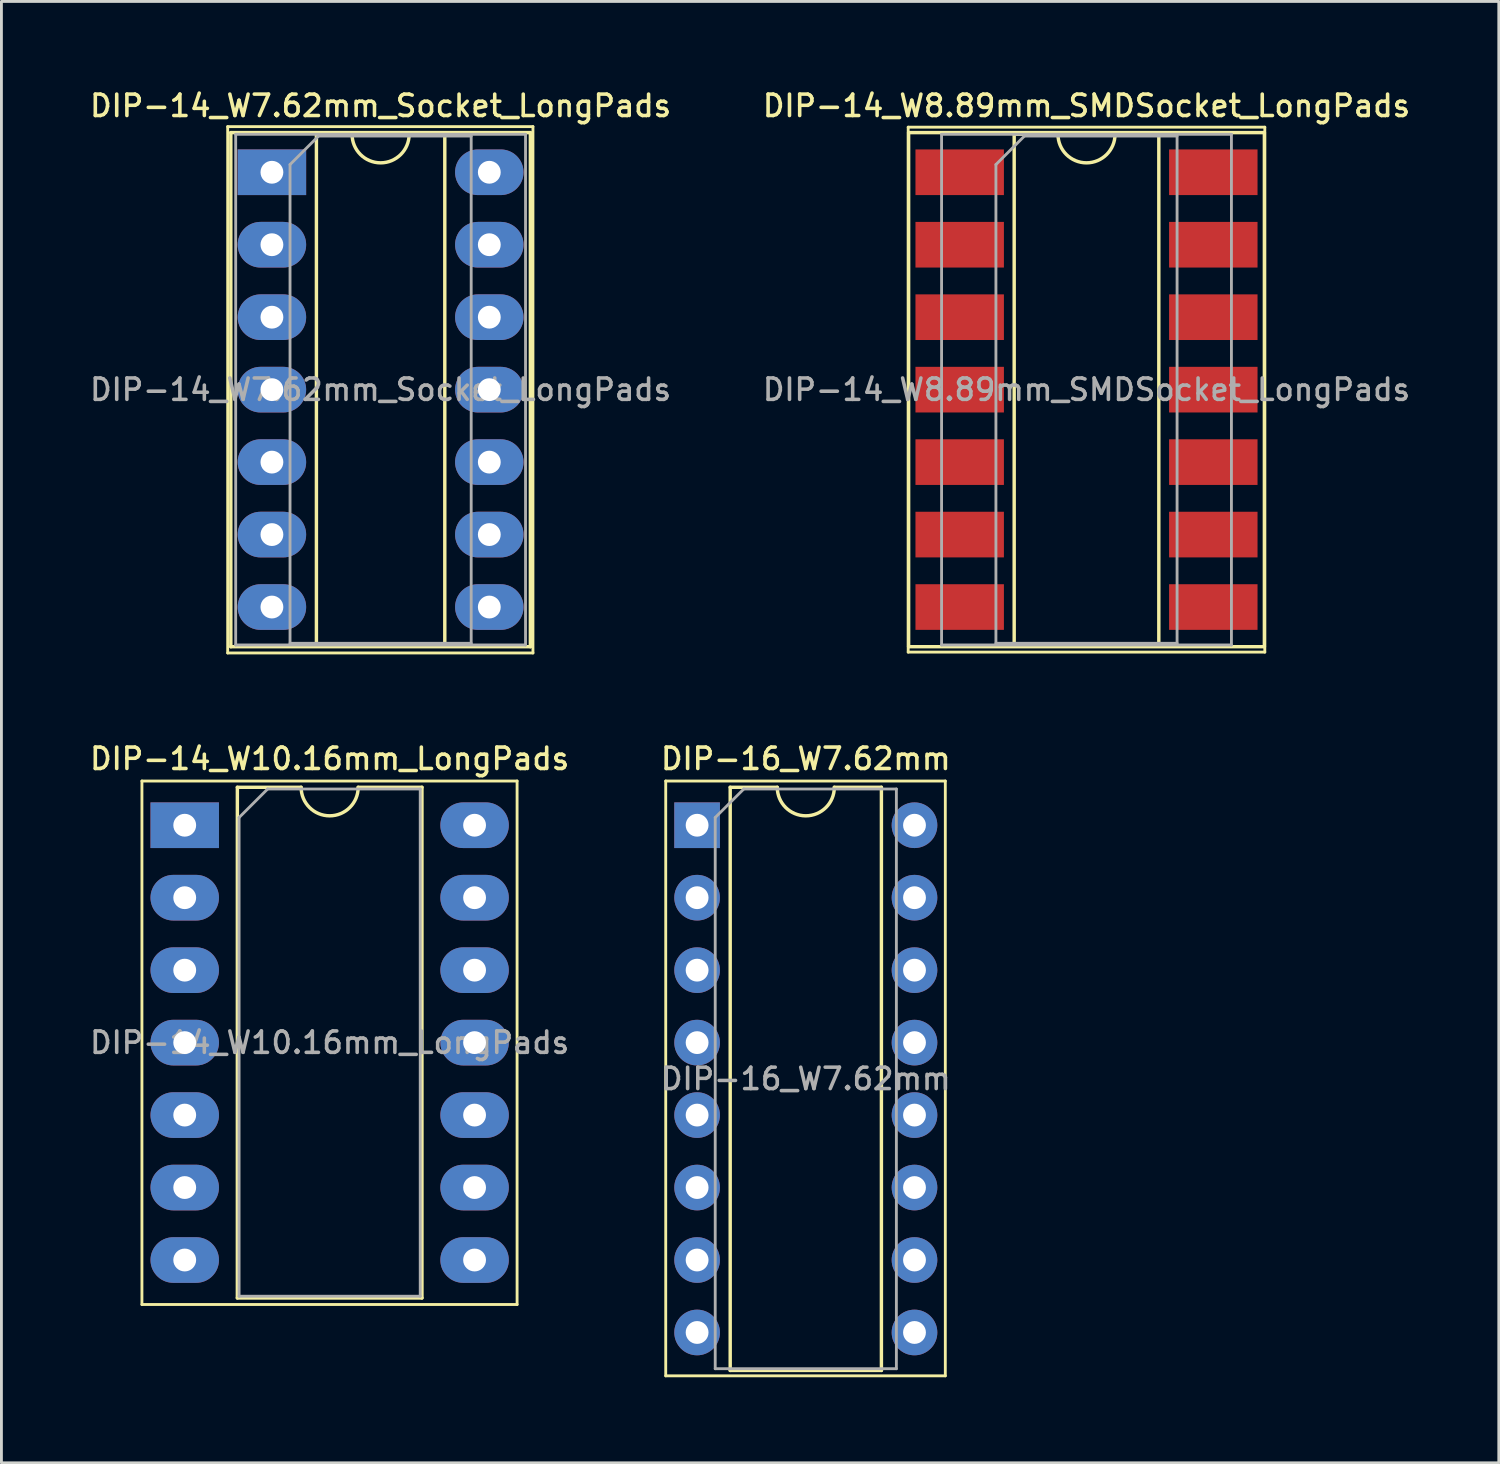
<source format=kicad_pcb>
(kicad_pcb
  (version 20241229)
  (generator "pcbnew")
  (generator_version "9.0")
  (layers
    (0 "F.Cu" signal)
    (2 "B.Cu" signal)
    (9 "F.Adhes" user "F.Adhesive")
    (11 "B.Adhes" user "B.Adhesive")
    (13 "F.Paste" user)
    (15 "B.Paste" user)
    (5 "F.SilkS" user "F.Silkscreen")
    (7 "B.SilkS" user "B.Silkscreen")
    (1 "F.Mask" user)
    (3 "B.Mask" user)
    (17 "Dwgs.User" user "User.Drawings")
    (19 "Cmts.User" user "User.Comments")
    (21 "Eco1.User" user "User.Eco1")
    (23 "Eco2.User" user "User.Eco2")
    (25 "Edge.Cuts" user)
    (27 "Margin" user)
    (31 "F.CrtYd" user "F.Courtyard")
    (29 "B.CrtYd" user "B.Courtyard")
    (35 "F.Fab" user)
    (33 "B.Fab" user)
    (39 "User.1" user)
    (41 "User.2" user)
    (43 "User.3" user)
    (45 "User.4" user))
  (footprint "DIP-14_W7.62mm_Socket_LongPads"
    (layer "F.Cu")
    (at 6.481 2.988)
    (property "Reference" "DIP-14_W7.62mm_Socket_LongPads" (at 3.81 -2.33 0) (layer "F.SilkS") (effects (font (size 0.75 0.75) (thickness 0.125))))
    (attr through_hole)
    (fp_line (start -1.55 -1.6) (end -1.55 16.85) (stroke (width 0.1) (type solid)) (layer "F.SilkS"))
    (fp_line (start -1.55 16.85) (end 9.15 16.85) (stroke (width 0.1) (type solid)) (layer "F.SilkS"))
    (fp_line (start -1.44 -1.39) (end -1.44 16.63) (stroke (width 0.12) (type solid)) (layer "F.SilkS"))
    (fp_line (start -1.44 16.63) (end 9.06 16.63) (stroke (width 0.12) (type solid)) (layer "F.SilkS"))
    (fp_line (start 1.56 -1.33) (end 1.56 16.57) (stroke (width 0.12) (type solid)) (layer "F.SilkS"))
    (fp_line (start 1.56 16.57) (end 6.06 16.57) (stroke (width 0.12) (type solid)) (layer "F.SilkS"))
    (fp_line (start 2.81 -1.33) (end 1.56 -1.33) (stroke (width 0.12) (type solid)) (layer "F.SilkS"))
    (fp_line (start 6.06 -1.33) (end 4.81 -1.33) (stroke (width 0.12) (type solid)) (layer "F.SilkS"))
    (fp_line (start 6.06 16.57) (end 6.06 -1.33) (stroke (width 0.12) (type solid)) (layer "F.SilkS"))
    (fp_line (start 9.06 -1.39) (end -1.44 -1.39) (stroke (width 0.12) (type solid)) (layer "F.SilkS"))
    (fp_line (start 9.06 16.63) (end 9.06 -1.39) (stroke (width 0.12) (type solid)) (layer "F.SilkS"))
    (fp_line (start 9.15 -1.6) (end -1.55 -1.6) (stroke (width 0.1) (type solid)) (layer "F.SilkS"))
    (fp_line (start 9.15 16.85) (end 9.15 -1.6) (stroke (width 0.1) (type solid)) (layer "F.SilkS"))
    (fp_arc (start 4.81 -1.33) (mid 3.81 -0.33) (end 2.81 -1.33) (stroke (width 0.12) (type solid)) (layer "F.SilkS"))
    (fp_line (start -1.27 -1.33) (end -1.27 16.57) (stroke (width 0.1) (type solid)) (layer "F.Fab"))
    (fp_line (start -1.27 16.57) (end 8.89 16.57) (stroke (width 0.1) (type solid)) (layer "F.Fab"))
    (fp_line (start 0.635 -0.27) (end 1.635 -1.27) (stroke (width 0.1) (type solid)) (layer "F.Fab"))
    (fp_line (start 0.635 16.51) (end 0.635 -0.27) (stroke (width 0.1) (type solid)) (layer "F.Fab"))
    (fp_line (start 1.635 -1.27) (end 6.985 -1.27) (stroke (width 0.1) (type solid)) (layer "F.Fab"))
    (fp_line (start 6.985 -1.27) (end 6.985 16.51) (stroke (width 0.1) (type solid)) (layer "F.Fab"))
    (fp_line (start 6.985 16.51) (end 0.635 16.51) (stroke (width 0.1) (type solid)) (layer "F.Fab"))
    (fp_line (start 8.89 -1.33) (end -1.27 -1.33) (stroke (width 0.1) (type solid)) (layer "F.Fab"))
    (fp_line (start 8.89 16.57) (end 8.89 -1.33) (stroke (width 0.1) (type solid)) (layer "F.Fab"))
    (fp_text user "${REFERENCE}" (at 3.81 7.62 0) (layer "F.Fab") (effects (font (size 0.75 0.75) (thickness 0.125))))
    (pad "1" thru_hole rect (at 0 0) (size 2.4 1.6) (drill 0.8) (layers "*.Cu" "*.Mask"))
    (pad "2" thru_hole oval (at 0 2.54) (size 2.4 1.6) (drill 0.8) (layers "*.Cu" "*.Mask"))
    (pad "3" thru_hole oval (at 0 5.08) (size 2.4 1.6) (drill 0.8) (layers "*.Cu" "*.Mask"))
    (pad "4" thru_hole oval (at 0 7.62) (size 2.4 1.6) (drill 0.8) (layers "*.Cu" "*.Mask"))
    (pad "5" thru_hole oval (at 0 10.16) (size 2.4 1.6) (drill 0.8) (layers "*.Cu" "*.Mask"))
    (pad "6" thru_hole oval (at 0 12.7) (size 2.4 1.6) (drill 0.8) (layers "*.Cu" "*.Mask"))
    (pad "7" thru_hole oval (at 0 15.24) (size 2.4 1.6) (drill 0.8) (layers "*.Cu" "*.Mask"))
    (pad "8" thru_hole oval (at 7.62 15.24) (size 2.4 1.6) (drill 0.8) (layers "*.Cu" "*.Mask"))
    (pad "9" thru_hole oval (at 7.62 12.7) (size 2.4 1.6) (drill 0.8) (layers "*.Cu" "*.Mask"))
    (pad "10" thru_hole oval (at 7.62 10.16) (size 2.4 1.6) (drill 0.8) (layers "*.Cu" "*.Mask"))
    (pad "11" thru_hole oval (at 7.62 7.62) (size 2.4 1.6) (drill 0.8) (layers "*.Cu" "*.Mask"))
    (pad "12" thru_hole oval (at 7.62 5.08) (size 2.4 1.6) (drill 0.8) (layers "*.Cu" "*.Mask"))
    (pad "13" thru_hole oval (at 7.62 2.54) (size 2.4 1.6) (drill 0.8) (layers "*.Cu" "*.Mask"))
    (pad "14" thru_hole oval (at 7.62 0) (size 2.4 1.6) (drill 0.8) (layers "*.Cu" "*.Mask")))
  (footprint "DIP-14_W10.16mm_LongPads"
    (layer "F.Cu")
    (at 3.425 25.876)
    (property "Reference" "DIP-14_W10.16mm_LongPads" (at 5.08 -2.33 0) (layer "F.SilkS") (effects (font (size 0.75 0.75) (thickness 0.125))))
    (attr through_hole)
    (fp_line (start -1.5 -1.55) (end -1.5 16.8) (stroke (width 0.1) (type solid)) (layer "F.SilkS"))
    (fp_line (start -1.5 16.8) (end 11.65 16.8) (stroke (width 0.1) (type solid)) (layer "F.SilkS"))
    (fp_line (start 1.845 -1.33) (end 1.845 16.57) (stroke (width 0.12) (type solid)) (layer "F.SilkS"))
    (fp_line (start 1.845 16.57) (end 8.315 16.57) (stroke (width 0.12) (type solid)) (layer "F.SilkS"))
    (fp_line (start 4.08 -1.33) (end 1.845 -1.33) (stroke (width 0.12) (type solid)) (layer "F.SilkS"))
    (fp_line (start 8.315 -1.33) (end 6.08 -1.33) (stroke (width 0.12) (type solid)) (layer "F.SilkS"))
    (fp_line (start 8.315 16.57) (end 8.315 -1.33) (stroke (width 0.12) (type solid)) (layer "F.SilkS"))
    (fp_line (start 11.65 -1.55) (end -1.5 -1.55) (stroke (width 0.1) (type solid)) (layer "F.SilkS"))
    (fp_line (start 11.65 16.8) (end 11.65 -1.55) (stroke (width 0.1) (type solid)) (layer "F.SilkS"))
    (fp_arc (start 6.08 -1.33) (mid 5.08 -0.33) (end 4.08 -1.33) (stroke (width 0.12) (type solid)) (layer "F.SilkS"))
    (fp_line (start 1.905 -0.27) (end 2.905 -1.27) (stroke (width 0.1) (type solid)) (layer "F.Fab"))
    (fp_line (start 1.905 16.51) (end 1.905 -0.27) (stroke (width 0.1) (type solid)) (layer "F.Fab"))
    (fp_line (start 2.905 -1.27) (end 8.255 -1.27) (stroke (width 0.1) (type solid)) (layer "F.Fab"))
    (fp_line (start 8.255 -1.27) (end 8.255 16.51) (stroke (width 0.1) (type solid)) (layer "F.Fab"))
    (fp_line (start 8.255 16.51) (end 1.905 16.51) (stroke (width 0.1) (type solid)) (layer "F.Fab"))
    (fp_text user "${REFERENCE}" (at 5.08 7.62 0) (layer "F.Fab") (effects (font (size 0.75 0.75) (thickness 0.125))))
    (pad "1" thru_hole rect (at 0 0) (size 2.4 1.6) (drill 0.8) (layers "*.Cu" "*.Mask"))
    (pad "2" thru_hole oval (at 0 2.54) (size 2.4 1.6) (drill 0.8) (layers "*.Cu" "*.Mask"))
    (pad "3" thru_hole oval (at 0 5.08) (size 2.4 1.6) (drill 0.8) (layers "*.Cu" "*.Mask"))
    (pad "4" thru_hole oval (at 0 7.62) (size 2.4 1.6) (drill 0.8) (layers "*.Cu" "*.Mask"))
    (pad "5" thru_hole oval (at 0 10.16) (size 2.4 1.6) (drill 0.8) (layers "*.Cu" "*.Mask"))
    (pad "6" thru_hole oval (at 0 12.7) (size 2.4 1.6) (drill 0.8) (layers "*.Cu" "*.Mask"))
    (pad "7" thru_hole oval (at 0 15.24) (size 2.4 1.6) (drill 0.8) (layers "*.Cu" "*.Mask"))
    (pad "8" thru_hole oval (at 10.16 15.24) (size 2.4 1.6) (drill 0.8) (layers "*.Cu" "*.Mask"))
    (pad "9" thru_hole oval (at 10.16 12.7) (size 2.4 1.6) (drill 0.8) (layers "*.Cu" "*.Mask"))
    (pad "10" thru_hole oval (at 10.16 10.16) (size 2.4 1.6) (drill 0.8) (layers "*.Cu" "*.Mask"))
    (pad "11" thru_hole oval (at 10.16 7.62) (size 2.4 1.6) (drill 0.8) (layers "*.Cu" "*.Mask"))
    (pad "12" thru_hole oval (at 10.16 5.08) (size 2.4 1.6) (drill 0.8) (layers "*.Cu" "*.Mask"))
    (pad "13" thru_hole oval (at 10.16 2.54) (size 2.4 1.6) (drill 0.8) (layers "*.Cu" "*.Mask"))
    (pad "14" thru_hole oval (at 10.16 0) (size 2.4 1.6) (drill 0.8) (layers "*.Cu" "*.Mask")))
  (footprint "DIP-16_W7.62mm"
    (layer "F.Cu")
    (at 21.385 25.876)
    (property "Reference" "DIP-16_W7.62mm" (at 3.81 -2.33 0) (layer "F.SilkS") (effects (font (size 0.75 0.75) (thickness 0.125))))
    (attr through_hole)
    (fp_line (start -1.1 -1.55) (end -1.1 19.3) (stroke (width 0.1) (type solid)) (layer "F.SilkS"))
    (fp_line (start -1.1 19.3) (end 8.7 19.3) (stroke (width 0.1) (type solid)) (layer "F.SilkS"))
    (fp_line (start 1.16 -1.33) (end 1.16 19.11) (stroke (width 0.12) (type solid)) (layer "F.SilkS"))
    (fp_line (start 1.16 19.11) (end 6.46 19.11) (stroke (width 0.12) (type solid)) (layer "F.SilkS"))
    (fp_line (start 2.81 -1.33) (end 1.16 -1.33) (stroke (width 0.12) (type solid)) (layer "F.SilkS"))
    (fp_line (start 6.46 -1.33) (end 4.81 -1.33) (stroke (width 0.12) (type solid)) (layer "F.SilkS"))
    (fp_line (start 6.46 19.11) (end 6.46 -1.33) (stroke (width 0.12) (type solid)) (layer "F.SilkS"))
    (fp_line (start 8.7 -1.55) (end -1.1 -1.55) (stroke (width 0.1) (type solid)) (layer "F.SilkS"))
    (fp_line (start 8.7 19.3) (end 8.7 -1.55) (stroke (width 0.1) (type solid)) (layer "F.SilkS"))
    (fp_arc (start 4.81 -1.33) (mid 3.81 -0.33) (end 2.81 -1.33) (stroke (width 0.12) (type solid)) (layer "F.SilkS"))
    (fp_line (start 0.635 -0.27) (end 1.635 -1.27) (stroke (width 0.1) (type solid)) (layer "F.Fab"))
    (fp_line (start 0.635 19.05) (end 0.635 -0.27) (stroke (width 0.1) (type solid)) (layer "F.Fab"))
    (fp_line (start 1.635 -1.27) (end 6.985 -1.27) (stroke (width 0.1) (type solid)) (layer "F.Fab"))
    (fp_line (start 6.985 -1.27) (end 6.985 19.05) (stroke (width 0.1) (type solid)) (layer "F.Fab"))
    (fp_line (start 6.985 19.05) (end 0.635 19.05) (stroke (width 0.1) (type solid)) (layer "F.Fab"))
    (fp_text user "${REFERENCE}" (at 3.81 8.89 0) (layer "F.Fab") (effects (font (size 0.75 0.75) (thickness 0.125))))
    (pad "1" thru_hole rect (at 0 0) (size 1.6 1.6) (drill 0.8) (layers "*.Cu" "*.Mask"))
    (pad "2" thru_hole oval (at 0 2.54) (size 1.6 1.6) (drill 0.8) (layers "*.Cu" "*.Mask"))
    (pad "3" thru_hole oval (at 0 5.08) (size 1.6 1.6) (drill 0.8) (layers "*.Cu" "*.Mask"))
    (pad "4" thru_hole oval (at 0 7.62) (size 1.6 1.6) (drill 0.8) (layers "*.Cu" "*.Mask"))
    (pad "5" thru_hole oval (at 0 10.16) (size 1.6 1.6) (drill 0.8) (layers "*.Cu" "*.Mask"))
    (pad "6" thru_hole oval (at 0 12.7) (size 1.6 1.6) (drill 0.8) (layers "*.Cu" "*.Mask"))
    (pad "7" thru_hole oval (at 0 15.24) (size 1.6 1.6) (drill 0.8) (layers "*.Cu" "*.Mask"))
    (pad "8" thru_hole oval (at 0 17.78) (size 1.6 1.6) (drill 0.8) (layers "*.Cu" "*.Mask"))
    (pad "9" thru_hole oval (at 7.62 17.78) (size 1.6 1.6) (drill 0.8) (layers "*.Cu" "*.Mask"))
    (pad "10" thru_hole oval (at 7.62 15.24) (size 1.6 1.6) (drill 0.8) (layers "*.Cu" "*.Mask"))
    (pad "11" thru_hole oval (at 7.62 12.7) (size 1.6 1.6) (drill 0.8) (layers "*.Cu" "*.Mask"))
    (pad "12" thru_hole oval (at 7.62 10.16) (size 1.6 1.6) (drill 0.8) (layers "*.Cu" "*.Mask"))
    (pad "13" thru_hole oval (at 7.62 7.62) (size 1.6 1.6) (drill 0.8) (layers "*.Cu" "*.Mask"))
    (pad "14" thru_hole oval (at 7.62 5.08) (size 1.6 1.6) (drill 0.8) (layers "*.Cu" "*.Mask"))
    (pad "15" thru_hole oval (at 7.62 2.54) (size 1.6 1.6) (drill 0.8) (layers "*.Cu" "*.Mask"))
    (pad "16" thru_hole oval (at 7.62 0) (size 1.6 1.6) (drill 0.8) (layers "*.Cu" "*.Mask")))
  (footprint "DIP-14_W8.89mm_SMDSocket_LongPads"
    (layer "F.Cu")
    (at 35.034 10.608)
    (property "Reference" "DIP-14_W8.89mm_SMDSocket_LongPads" (at 0 -9.95 0) (layer "F.SilkS") (effects (font (size 0.75 0.75) (thickness 0.125))))
    (attr smd)
    (fp_line (start -6.25 -9.2) (end -6.25 9.2) (stroke (width 0.1) (type solid)) (layer "F.SilkS"))
    (fp_line (start -6.25 9.2) (end 6.25 9.2) (stroke (width 0.1) (type solid)) (layer "F.SilkS"))
    (fp_line (start -6.235 -9.01) (end -6.235 9.01) (stroke (width 0.12) (type solid)) (layer "F.SilkS"))
    (fp_line (start -6.235 9.01) (end 6.235 9.01) (stroke (width 0.12) (type solid)) (layer "F.SilkS"))
    (fp_line (start -2.535 -8.95) (end -2.535 8.95) (stroke (width 0.12) (type solid)) (layer "F.SilkS"))
    (fp_line (start -2.535 8.95) (end 2.535 8.95) (stroke (width 0.12) (type solid)) (layer "F.SilkS"))
    (fp_line (start -1 -8.95) (end -2.535 -8.95) (stroke (width 0.12) (type solid)) (layer "F.SilkS"))
    (fp_line (start 2.535 -8.95) (end 1 -8.95) (stroke (width 0.12) (type solid)) (layer "F.SilkS"))
    (fp_line (start 2.535 8.95) (end 2.535 -8.95) (stroke (width 0.12) (type solid)) (layer "F.SilkS"))
    (fp_line (start 6.235 -9.01) (end -6.235 -9.01) (stroke (width 0.12) (type solid)) (layer "F.SilkS"))
    (fp_line (start 6.235 9.01) (end 6.235 -9.01) (stroke (width 0.12) (type solid)) (layer "F.SilkS"))
    (fp_line (start 6.25 -9.2) (end -6.25 -9.2) (stroke (width 0.1) (type solid)) (layer "F.SilkS"))
    (fp_line (start 6.25 9.2) (end 6.25 -9.2) (stroke (width 0.1) (type solid)) (layer "F.SilkS"))
    (fp_arc (start 1 -8.95) (mid 0 -7.95) (end -1 -8.95) (stroke (width 0.12) (type solid)) (layer "F.SilkS"))
    (fp_line (start -5.08 -8.95) (end -5.08 8.95) (stroke (width 0.1) (type solid)) (layer "F.Fab"))
    (fp_line (start -5.08 8.95) (end 5.08 8.95) (stroke (width 0.1) (type solid)) (layer "F.Fab"))
    (fp_line (start -3.175 -7.89) (end -2.175 -8.89) (stroke (width 0.1) (type solid)) (layer "F.Fab"))
    (fp_line (start -3.175 8.89) (end -3.175 -7.89) (stroke (width 0.1) (type solid)) (layer "F.Fab"))
    (fp_line (start -2.175 -8.89) (end 3.175 -8.89) (stroke (width 0.1) (type solid)) (layer "F.Fab"))
    (fp_line (start 3.175 -8.89) (end 3.175 8.89) (stroke (width 0.1) (type solid)) (layer "F.Fab"))
    (fp_line (start 3.175 8.89) (end -3.175 8.89) (stroke (width 0.1) (type solid)) (layer "F.Fab"))
    (fp_line (start 5.08 -8.95) (end -5.08 -8.95) (stroke (width 0.1) (type solid)) (layer "F.Fab"))
    (fp_line (start 5.08 8.95) (end 5.08 -8.95) (stroke (width 0.1) (type solid)) (layer "F.Fab"))
    (fp_text user "${REFERENCE}" (at 0 0 0) (layer "F.Fab") (effects (font (size 0.75 0.75) (thickness 0.125))))
    (pad "1" smd rect (at -4.445 -7.62) (size 3.1 1.6) (layers "F.Cu" "F.Mask" "F.Paste"))
    (pad "2" smd rect (at -4.445 -5.08) (size 3.1 1.6) (layers "F.Cu" "F.Mask" "F.Paste"))
    (pad "3" smd rect (at -4.445 -2.54) (size 3.1 1.6) (layers "F.Cu" "F.Mask" "F.Paste"))
    (pad "4" smd rect (at -4.445 0) (size 3.1 1.6) (layers "F.Cu" "F.Mask" "F.Paste"))
    (pad "5" smd rect (at -4.445 2.54) (size 3.1 1.6) (layers "F.Cu" "F.Mask" "F.Paste"))
    (pad "6" smd rect (at -4.445 5.08) (size 3.1 1.6) (layers "F.Cu" "F.Mask" "F.Paste"))
    (pad "7" smd rect (at -4.445 7.62) (size 3.1 1.6) (layers "F.Cu" "F.Mask" "F.Paste"))
    (pad "8" smd rect (at 4.445 7.62) (size 3.1 1.6) (layers "F.Cu" "F.Mask" "F.Paste"))
    (pad "9" smd rect (at 4.445 5.08) (size 3.1 1.6) (layers "F.Cu" "F.Mask" "F.Paste"))
    (pad "10" smd rect (at 4.445 2.54) (size 3.1 1.6) (layers "F.Cu" "F.Mask" "F.Paste"))
    (pad "11" smd rect (at 4.445 0) (size 3.1 1.6) (layers "F.Cu" "F.Mask" "F.Paste"))
    (pad "12" smd rect (at 4.445 -2.54) (size 3.1 1.6) (layers "F.Cu" "F.Mask" "F.Paste"))
    (pad "13" smd rect (at 4.445 -5.08) (size 3.1 1.6) (layers "F.Cu" "F.Mask" "F.Paste"))
    (pad "14" smd rect (at 4.445 -7.62) (size 3.1 1.6) (layers "F.Cu" "F.Mask" "F.Paste")))
  (gr_rect
    (start -3 -3)
    (end 49.486 48.226)
    (stroke (width 0.1) (type default))
    (fill no)
    (layer "Edge.Cuts")))
</source>
